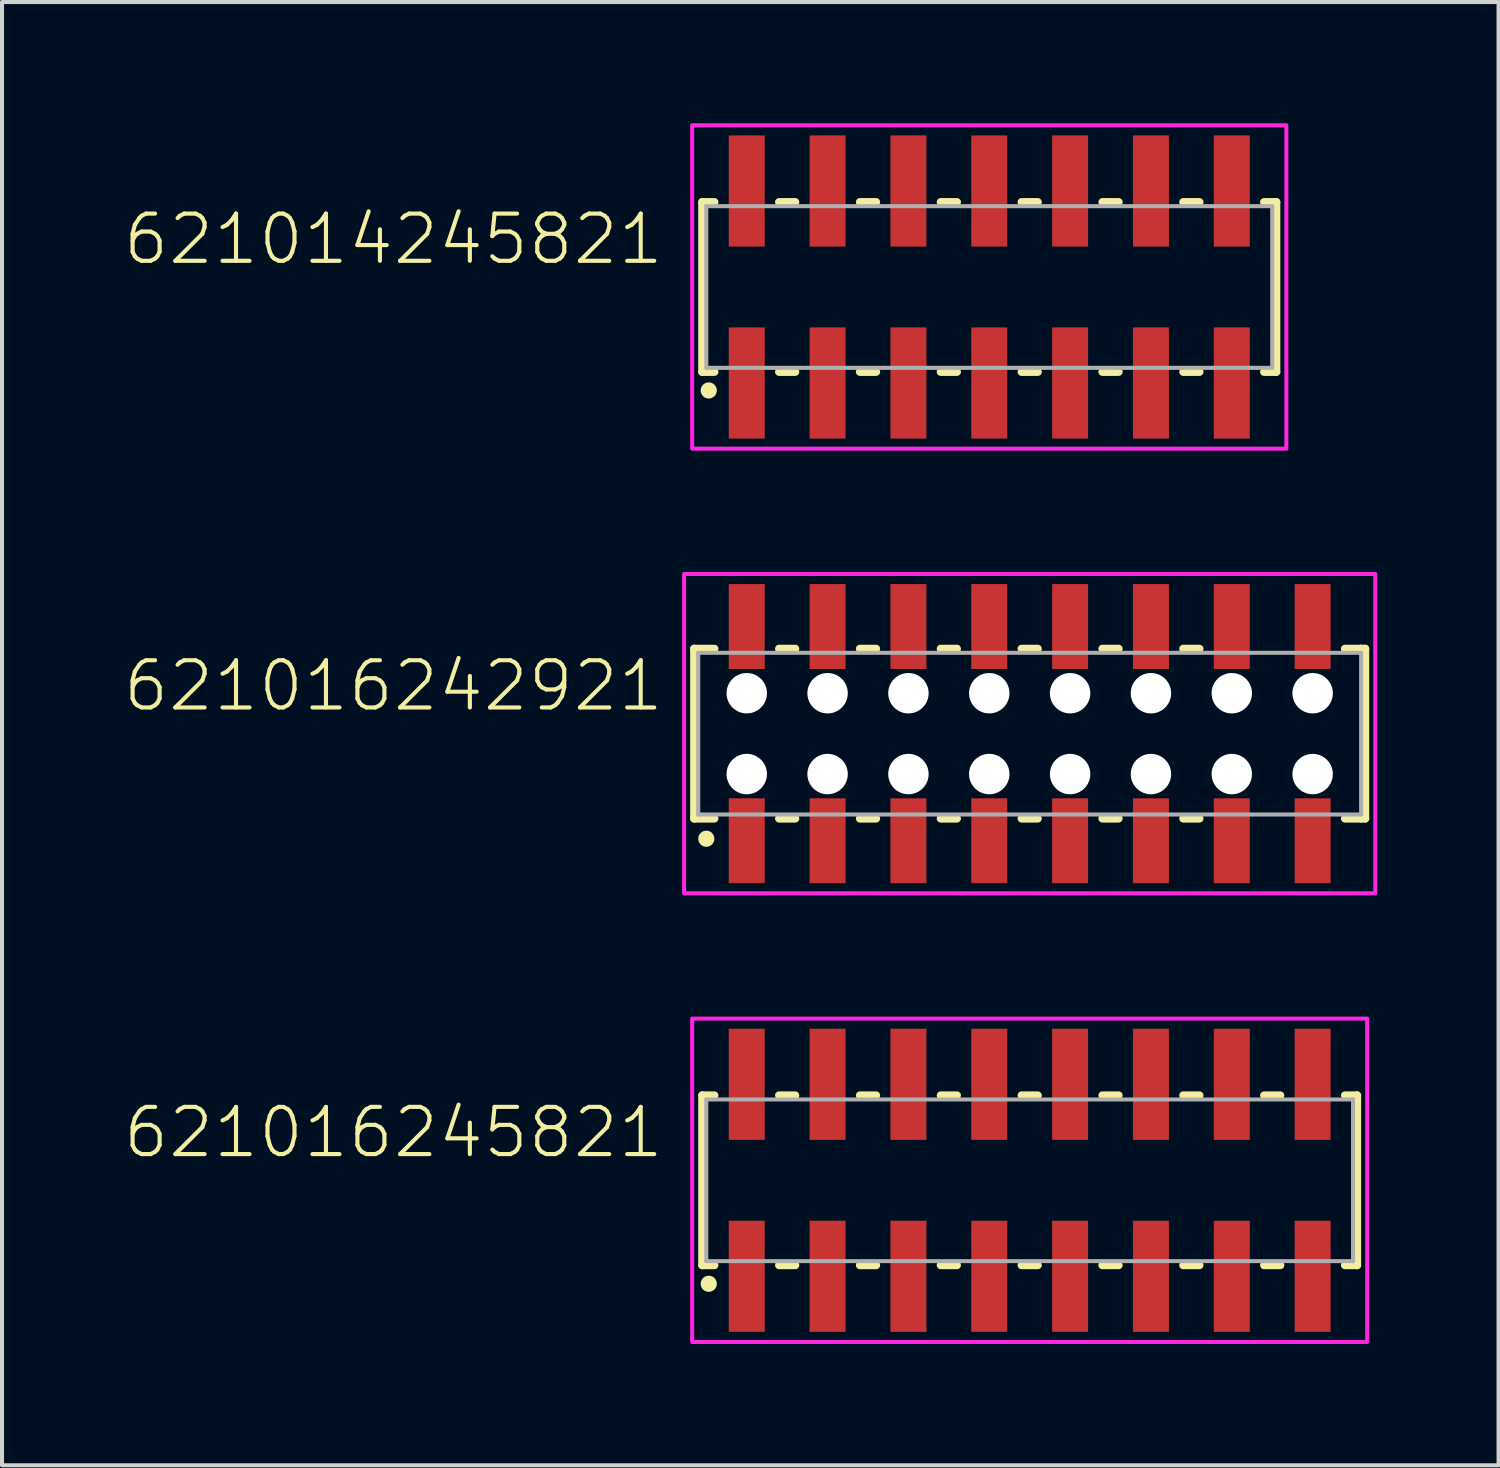
<source format=kicad_pcb>
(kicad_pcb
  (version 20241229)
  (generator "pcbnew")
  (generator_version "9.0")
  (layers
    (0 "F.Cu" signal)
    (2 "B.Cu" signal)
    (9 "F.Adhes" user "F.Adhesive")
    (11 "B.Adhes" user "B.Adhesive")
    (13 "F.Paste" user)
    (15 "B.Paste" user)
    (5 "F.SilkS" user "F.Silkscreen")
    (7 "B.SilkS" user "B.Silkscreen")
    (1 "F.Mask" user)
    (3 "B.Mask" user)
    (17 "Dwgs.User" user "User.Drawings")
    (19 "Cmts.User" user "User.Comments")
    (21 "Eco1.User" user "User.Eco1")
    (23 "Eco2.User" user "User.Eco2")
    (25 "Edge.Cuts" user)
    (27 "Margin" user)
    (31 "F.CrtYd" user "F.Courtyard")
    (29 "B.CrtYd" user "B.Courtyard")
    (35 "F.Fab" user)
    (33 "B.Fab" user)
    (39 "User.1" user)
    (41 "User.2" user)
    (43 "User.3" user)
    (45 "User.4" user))
  (footprint "621016245821"
    (layer "F.Cu")
    (at 22.424 26.15)
    (property "Reference" "621016245821" (at -9 -0.5 0) (unlocked yes) (layer "F.SilkS") (effects (font (size 1.168 1.168) (thickness 0.102)) (justify right bottom)))
    (fp_line (start -8.1 -2.1) (end -8.1 2.1) (stroke (width 0.2) (type solid)) (layer "F.SilkS"))
    (fp_line (start -8.1 2.1) (end -7.8 2.1) (stroke (width 0.2) (type solid)) (layer "F.SilkS"))
    (fp_line (start -7.8 -2.1) (end -8.1 -2.1) (stroke (width 0.2) (type solid)) (layer "F.SilkS"))
    (fp_line (start -6.2 -2.1) (end -5.8 -2.1) (stroke (width 0.2) (type solid)) (layer "F.SilkS"))
    (fp_line (start -5.8 2.1) (end -6.2 2.1) (stroke (width 0.2) (type solid)) (layer "F.SilkS"))
    (fp_line (start -4.2 -2.1) (end -3.8 -2.1) (stroke (width 0.2) (type solid)) (layer "F.SilkS"))
    (fp_line (start -3.8 2.1) (end -4.2 2.1) (stroke (width 0.2) (type solid)) (layer "F.SilkS"))
    (fp_line (start -2.2 -2.1) (end -1.8 -2.1) (stroke (width 0.2) (type solid)) (layer "F.SilkS"))
    (fp_line (start -1.8 2.1) (end -2.2 2.1) (stroke (width 0.2) (type solid)) (layer "F.SilkS"))
    (fp_line (start -0.2 -2.1) (end 0.2 -2.1) (stroke (width 0.2) (type solid)) (layer "F.SilkS"))
    (fp_line (start 0.2 2.1) (end -0.2 2.1) (stroke (width 0.2) (type solid)) (layer "F.SilkS"))
    (fp_line (start 1.8 -2.1) (end 2.2 -2.1) (stroke (width 0.2) (type solid)) (layer "F.SilkS"))
    (fp_line (start 2.2 2.1) (end 1.8 2.1) (stroke (width 0.2) (type solid)) (layer "F.SilkS"))
    (fp_line (start 3.8 -2.1) (end 4.2 -2.1) (stroke (width 0.2) (type solid)) (layer "F.SilkS"))
    (fp_line (start 4.2 2.1) (end 3.8 2.1) (stroke (width 0.2) (type solid)) (layer "F.SilkS"))
    (fp_line (start 5.8 -2.1) (end 6.2 -2.1) (stroke (width 0.2) (type solid)) (layer "F.SilkS"))
    (fp_line (start 6.2 2.1) (end 5.8 2.1) (stroke (width 0.2) (type solid)) (layer "F.SilkS"))
    (fp_line (start 7.8 -2.1) (end 8.1 -2.1) (stroke (width 0.2) (type solid)) (layer "F.SilkS"))
    (fp_line (start 8.1 -2.1) (end 8.1 2.1) (stroke (width 0.2) (type solid)) (layer "F.SilkS"))
    (fp_line (start 8.1 2.1) (end 7.8 2.1) (stroke (width 0.2) (type solid)) (layer "F.SilkS"))
    (fp_circle (center -7.94 2.56) (end -7.84 2.56) (stroke (width 0.2) (type solid)) (fill no) (layer "F.SilkS"))
    (fp_poly (pts (xy 8.35 4) (xy -8.35 4) (xy -8.35 -4) (xy 8.35 -4)) (stroke (width 0.1) (type default)) (fill no) (layer "F.CrtYd"))
    (fp_line (start -8 -2) (end 8 -2) (stroke (width 0.1) (type solid)) (layer "F.Fab"))
    (fp_line (start -8 2) (end -8 -2) (stroke (width 0.1) (type solid)) (layer "F.Fab"))
    (fp_line (start 8 -2) (end 8 2) (stroke (width 0.1) (type solid)) (layer "F.Fab"))
    (fp_line (start 8 2) (end -8 2) (stroke (width 0.1) (type solid)) (layer "F.Fab"))
    (pad "1" smd rect (at -7 2.375) (size 0.89 2.75) (layers "F.Cu" "F.Mask" "F.Paste"))
    (pad "2" smd rect (at -7 -2.375) (size 0.89 2.75) (layers "F.Cu" "F.Mask" "F.Paste"))
    (pad "3" smd rect (at -5 2.375) (size 0.89 2.75) (layers "F.Cu" "F.Mask" "F.Paste"))
    (pad "4" smd rect (at -5 -2.375) (size 0.89 2.75) (layers "F.Cu" "F.Mask" "F.Paste"))
    (pad "5" smd rect (at -3 2.375) (size 0.89 2.75) (layers "F.Cu" "F.Mask" "F.Paste"))
    (pad "6" smd rect (at -3 -2.375) (size 0.89 2.75) (layers "F.Cu" "F.Mask" "F.Paste"))
    (pad "7" smd rect (at -1 2.375) (size 0.89 2.75) (layers "F.Cu" "F.Mask" "F.Paste"))
    (pad "8" smd rect (at -1 -2.375) (size 0.89 2.75) (layers "F.Cu" "F.Mask" "F.Paste"))
    (pad "9" smd rect (at 1 2.375) (size 0.89 2.75) (layers "F.Cu" "F.Mask" "F.Paste"))
    (pad "10" smd rect (at 1 -2.375) (size 0.89 2.75) (layers "F.Cu" "F.Mask" "F.Paste"))
    (pad "11" smd rect (at 3 2.375) (size 0.89 2.75) (layers "F.Cu" "F.Mask" "F.Paste"))
    (pad "12" smd rect (at 3 -2.375) (size 0.89 2.75) (layers "F.Cu" "F.Mask" "F.Paste"))
    (pad "13" smd rect (at 5 2.375) (size 0.89 2.75) (layers "F.Cu" "F.Mask" "F.Paste"))
    (pad "14" smd rect (at 5 -2.375) (size 0.89 2.75) (layers "F.Cu" "F.Mask" "F.Paste"))
    (pad "15" smd rect (at 7 2.375) (size 0.89 2.75) (layers "F.Cu" "F.Mask" "F.Paste"))
    (pad "16" smd rect (at 7 -2.375) (size 0.89 2.75) (layers "F.Cu" "F.Mask" "F.Paste")))
  (footprint "621014245821"
    (layer "F.Cu")
    (at 21.424 4.05)
    (property "Reference" "621014245821" (at -8 -0.5 0) (unlocked yes) (layer "F.SilkS") (effects (font (size 1.168 1.168) (thickness 0.102)) (justify right bottom)))
    (fp_line (start -7.1 -2.1) (end -7.1 2.1) (stroke (width 0.2) (type solid)) (layer "F.SilkS"))
    (fp_line (start -7.1 2.1) (end -6.8 2.1) (stroke (width 0.2) (type solid)) (layer "F.SilkS"))
    (fp_line (start -6.8 -2.1) (end -7.1 -2.1) (stroke (width 0.2) (type solid)) (layer "F.SilkS"))
    (fp_line (start -5.2 -2.1) (end -4.8 -2.1) (stroke (width 0.2) (type solid)) (layer "F.SilkS"))
    (fp_line (start -4.8 2.1) (end -5.2 2.1) (stroke (width 0.2) (type solid)) (layer "F.SilkS"))
    (fp_line (start -3.2 -2.1) (end -2.8 -2.1) (stroke (width 0.2) (type solid)) (layer "F.SilkS"))
    (fp_line (start -2.8 2.1) (end -3.2 2.1) (stroke (width 0.2) (type solid)) (layer "F.SilkS"))
    (fp_line (start -1.2 -2.1) (end -0.8 -2.1) (stroke (width 0.2) (type solid)) (layer "F.SilkS"))
    (fp_line (start -0.8 2.1) (end -1.2 2.1) (stroke (width 0.2) (type solid)) (layer "F.SilkS"))
    (fp_line (start 0.8 -2.1) (end 1.2 -2.1) (stroke (width 0.2) (type solid)) (layer "F.SilkS"))
    (fp_line (start 1.2 2.1) (end 0.8 2.1) (stroke (width 0.2) (type solid)) (layer "F.SilkS"))
    (fp_line (start 2.8 -2.1) (end 3.2 -2.1) (stroke (width 0.2) (type solid)) (layer "F.SilkS"))
    (fp_line (start 3.2 2.1) (end 2.8 2.1) (stroke (width 0.2) (type solid)) (layer "F.SilkS"))
    (fp_line (start 4.8 -2.1) (end 5.2 -2.1) (stroke (width 0.2) (type solid)) (layer "F.SilkS"))
    (fp_line (start 5.2 2.1) (end 4.8 2.1) (stroke (width 0.2) (type solid)) (layer "F.SilkS"))
    (fp_line (start 6.8 -2.1) (end 7.1 -2.1) (stroke (width 0.2) (type solid)) (layer "F.SilkS"))
    (fp_line (start 7.1 -2.1) (end 7.1 2.1) (stroke (width 0.2) (type solid)) (layer "F.SilkS"))
    (fp_line (start 7.1 2.1) (end 6.8 2.1) (stroke (width 0.2) (type solid)) (layer "F.SilkS"))
    (fp_circle (center -6.94 2.56) (end -6.84 2.56) (stroke (width 0.2) (type solid)) (fill no) (layer "F.SilkS"))
    (fp_poly (pts (xy 7.35 4) (xy -7.35 4) (xy -7.35 -4) (xy 7.35 -4)) (stroke (width 0.1) (type default)) (fill no) (layer "F.CrtYd"))
    (fp_line (start -7 -2) (end 7 -2) (stroke (width 0.1) (type solid)) (layer "F.Fab"))
    (fp_line (start -7 2) (end -7 -2) (stroke (width 0.1) (type solid)) (layer "F.Fab"))
    (fp_line (start 7 -2) (end 7 2) (stroke (width 0.1) (type solid)) (layer "F.Fab"))
    (fp_line (start 7 2) (end -7 2) (stroke (width 0.1) (type solid)) (layer "F.Fab"))
    (pad "1" smd rect (at -6 2.375) (size 0.89 2.75) (layers "F.Cu" "F.Mask" "F.Paste"))
    (pad "2" smd rect (at -6 -2.375) (size 0.89 2.75) (layers "F.Cu" "F.Mask" "F.Paste"))
    (pad "3" smd rect (at -4 2.375) (size 0.89 2.75) (layers "F.Cu" "F.Mask" "F.Paste"))
    (pad "4" smd rect (at -4 -2.375) (size 0.89 2.75) (layers "F.Cu" "F.Mask" "F.Paste"))
    (pad "5" smd rect (at -2 2.375) (size 0.89 2.75) (layers "F.Cu" "F.Mask" "F.Paste"))
    (pad "6" smd rect (at -2 -2.375) (size 0.89 2.75) (layers "F.Cu" "F.Mask" "F.Paste"))
    (pad "7" smd rect (at 0 2.375) (size 0.89 2.75) (layers "F.Cu" "F.Mask" "F.Paste"))
    (pad "8" smd rect (at 0 -2.375) (size 0.89 2.75) (layers "F.Cu" "F.Mask" "F.Paste"))
    (pad "9" smd rect (at 2 2.375) (size 0.89 2.75) (layers "F.Cu" "F.Mask" "F.Paste"))
    (pad "10" smd rect (at 2 -2.375) (size 0.89 2.75) (layers "F.Cu" "F.Mask" "F.Paste"))
    (pad "11" smd rect (at 4 2.375) (size 0.89 2.75) (layers "F.Cu" "F.Mask" "F.Paste"))
    (pad "12" smd rect (at 4 -2.375) (size 0.89 2.75) (layers "F.Cu" "F.Mask" "F.Paste"))
    (pad "13" smd rect (at 6 2.375) (size 0.89 2.75) (layers "F.Cu" "F.Mask" "F.Paste"))
    (pad "14" smd rect (at 6 -2.375) (size 0.89 2.75) (layers "F.Cu" "F.Mask" "F.Paste")))
  (footprint "621016242921"
    (layer "F.Cu")
    (at 22.424 15.1)
    (property "Reference" "621016242921" (at -9 -0.5 0) (unlocked yes) (layer "F.SilkS") (effects (font (size 1.168 1.168) (thickness 0.102)) (justify right bottom)))
    (fp_line (start -8.3 -2.1) (end -8.3 2.1) (stroke (width 0.2) (type solid)) (layer "F.SilkS"))
    (fp_line (start -8.3 2.1) (end -7.8 2.1) (stroke (width 0.2) (type solid)) (layer "F.SilkS"))
    (fp_line (start -7.8 -2.1) (end -8.3 -2.1) (stroke (width 0.2) (type solid)) (layer "F.SilkS"))
    (fp_line (start -6.2 2.1) (end -5.8 2.1) (stroke (width 0.2) (type solid)) (layer "F.SilkS"))
    (fp_line (start -5.8 -2.1) (end -6.2 -2.1) (stroke (width 0.2) (type solid)) (layer "F.SilkS"))
    (fp_line (start -4.2 2.1) (end -3.8 2.1) (stroke (width 0.2) (type solid)) (layer "F.SilkS"))
    (fp_line (start -3.8 -2.1) (end -4.2 -2.1) (stroke (width 0.2) (type solid)) (layer "F.SilkS"))
    (fp_line (start -2.2 2.1) (end -1.8 2.1) (stroke (width 0.2) (type solid)) (layer "F.SilkS"))
    (fp_line (start -1.8 -2.1) (end -2.2 -2.1) (stroke (width 0.2) (type solid)) (layer "F.SilkS"))
    (fp_line (start -0.2 2.1) (end 0.2 2.1) (stroke (width 0.2) (type solid)) (layer "F.SilkS"))
    (fp_line (start 0.2 -2.1) (end -0.2 -2.1) (stroke (width 0.2) (type solid)) (layer "F.SilkS"))
    (fp_line (start 1.8 2.1) (end 2.2 2.1) (stroke (width 0.2) (type solid)) (layer "F.SilkS"))
    (fp_line (start 2.2 -2.1) (end 1.8 -2.1) (stroke (width 0.2) (type solid)) (layer "F.SilkS"))
    (fp_line (start 3.8 2.1) (end 4.2 2.1) (stroke (width 0.2) (type solid)) (layer "F.SilkS"))
    (fp_line (start 4.2 -2.1) (end 3.8 -2.1) (stroke (width 0.2) (type solid)) (layer "F.SilkS"))
    (fp_line (start 7.8 2.1) (end 8.2 2.1) (stroke (width 0.2) (type solid)) (layer "F.SilkS"))
    (fp_line (start 8.2 -2.1) (end 7.8 -2.1) (stroke (width 0.2) (type solid)) (layer "F.SilkS"))
    (fp_line (start 8.2 -2.1) (end 8.3 -2.1) (stroke (width 0.2) (type solid)) (layer "F.SilkS"))
    (fp_line (start 8.3 -2.1) (end 8.3 2.1) (stroke (width 0.2) (type solid)) (layer "F.SilkS"))
    (fp_line (start 8.3 2.1) (end 8.2 2.1) (stroke (width 0.2) (type solid)) (layer "F.SilkS"))
    (fp_circle (center -8 2.6) (end -7.9 2.6) (stroke (width 0.2) (type solid)) (fill no) (layer "F.SilkS"))
    (fp_poly (pts (xy 8.55 3.95) (xy -8.55 3.95) (xy -8.55 -3.95) (xy 8.55 -3.95)) (stroke (width 0.1) (type default)) (fill no) (layer "F.CrtYd"))
    (fp_line (start -8.2 -2) (end -8.2 2) (stroke (width 0.1) (type solid)) (layer "F.Fab"))
    (fp_line (start -8.2 2) (end 8.2 2) (stroke (width 0.1) (type solid)) (layer "F.Fab"))
    (fp_line (start 8.2 -2) (end -8.2 -2) (stroke (width 0.1) (type solid)) (layer "F.Fab"))
    (fp_line (start 8.2 2) (end 8.2 -2) (stroke (width 0.1) (type solid)) (layer "F.Fab"))
    (pad "" np_thru_hole circle (at -7 -1) (size 1 1) (drill 1) (layers "*.Cu" "*.Mask"))
    (pad "" np_thru_hole circle (at -7 1) (size 1 1) (drill 1) (layers "*.Cu" "*.Mask"))
    (pad "" np_thru_hole circle (at -5 -1) (size 1 1) (drill 1) (layers "*.Cu" "*.Mask"))
    (pad "" np_thru_hole circle (at -5 1) (size 1 1) (drill 1) (layers "*.Cu" "*.Mask"))
    (pad "" np_thru_hole circle (at -3 -1) (size 1 1) (drill 1) (layers "*.Cu" "*.Mask"))
    (pad "" np_thru_hole circle (at -3 1) (size 1 1) (drill 1) (layers "*.Cu" "*.Mask"))
    (pad "" np_thru_hole circle (at -1 -1) (size 1 1) (drill 1) (layers "*.Cu" "*.Mask"))
    (pad "" np_thru_hole circle (at -1 1) (size 1 1) (drill 1) (layers "*.Cu" "*.Mask"))
    (pad "" np_thru_hole circle (at 1 -1) (size 1 1) (drill 1) (layers "*.Cu" "*.Mask"))
    (pad "" np_thru_hole circle (at 1 1) (size 1 1) (drill 1) (layers "*.Cu" "*.Mask"))
    (pad "" np_thru_hole circle (at 3 -1) (size 1 1) (drill 1) (layers "*.Cu" "*.Mask"))
    (pad "" np_thru_hole circle (at 3 1) (size 1 1) (drill 1) (layers "*.Cu" "*.Mask"))
    (pad "" np_thru_hole circle (at 5 -1) (size 1 1) (drill 1) (layers "*.Cu" "*.Mask"))
    (pad "" np_thru_hole circle (at 5 1) (size 1 1) (drill 1) (layers "*.Cu" "*.Mask"))
    (pad "" np_thru_hole circle (at 7 -1) (size 1 1) (drill 1) (layers "*.Cu" "*.Mask"))
    (pad "" np_thru_hole circle (at 7 1) (size 1 1) (drill 1) (layers "*.Cu" "*.Mask"))
    (pad "1" smd rect (at -7 2.65) (size 0.89 2.1) (layers "F.Cu" "F.Mask" "F.Paste"))
    (pad "2" smd rect (at -7 -2.65) (size 0.89 2.1) (layers "F.Cu" "F.Mask" "F.Paste"))
    (pad "3" smd rect (at -5 2.65) (size 0.89 2.1) (layers "F.Cu" "F.Mask" "F.Paste"))
    (pad "4" smd rect (at -5 -2.65) (size 0.89 2.1) (layers "F.Cu" "F.Mask" "F.Paste"))
    (pad "5" smd rect (at -3 2.65) (size 0.89 2.1) (layers "F.Cu" "F.Mask" "F.Paste"))
    (pad "6" smd rect (at -3 -2.65) (size 0.89 2.1) (layers "F.Cu" "F.Mask" "F.Paste"))
    (pad "7" smd rect (at -1 2.65) (size 0.89 2.1) (layers "F.Cu" "F.Mask" "F.Paste"))
    (pad "8" smd rect (at -1 -2.65) (size 0.89 2.1) (layers "F.Cu" "F.Mask" "F.Paste"))
    (pad "9" smd rect (at 1 2.65) (size 0.89 2.1) (layers "F.Cu" "F.Mask" "F.Paste"))
    (pad "10" smd rect (at 1 -2.65) (size 0.89 2.1) (layers "F.Cu" "F.Mask" "F.Paste"))
    (pad "11" smd rect (at 3 2.65) (size 0.89 2.1) (layers "F.Cu" "F.Mask" "F.Paste"))
    (pad "12" smd rect (at 3 -2.65) (size 0.89 2.1) (layers "F.Cu" "F.Mask" "F.Paste"))
    (pad "13" smd rect (at 5 2.65) (size 0.89 2.1) (layers "F.Cu" "F.Mask" "F.Paste"))
    (pad "14" smd rect (at 5 -2.65) (size 0.89 2.1) (layers "F.Cu" "F.Mask" "F.Paste"))
    (pad "15" smd rect (at 7 2.65) (size 0.89 2.1) (layers "F.Cu" "F.Mask" "F.Paste"))
    (pad "16" smd rect (at 7 -2.65) (size 0.89 2.1) (layers "F.Cu" "F.Mask" "F.Paste")))
  (gr_rect
    (start -3 -3)
    (end 34.024 33.2)
    (stroke (width 0.1) (type default))
    (fill no)
    (layer "Edge.Cuts")))
</source>
